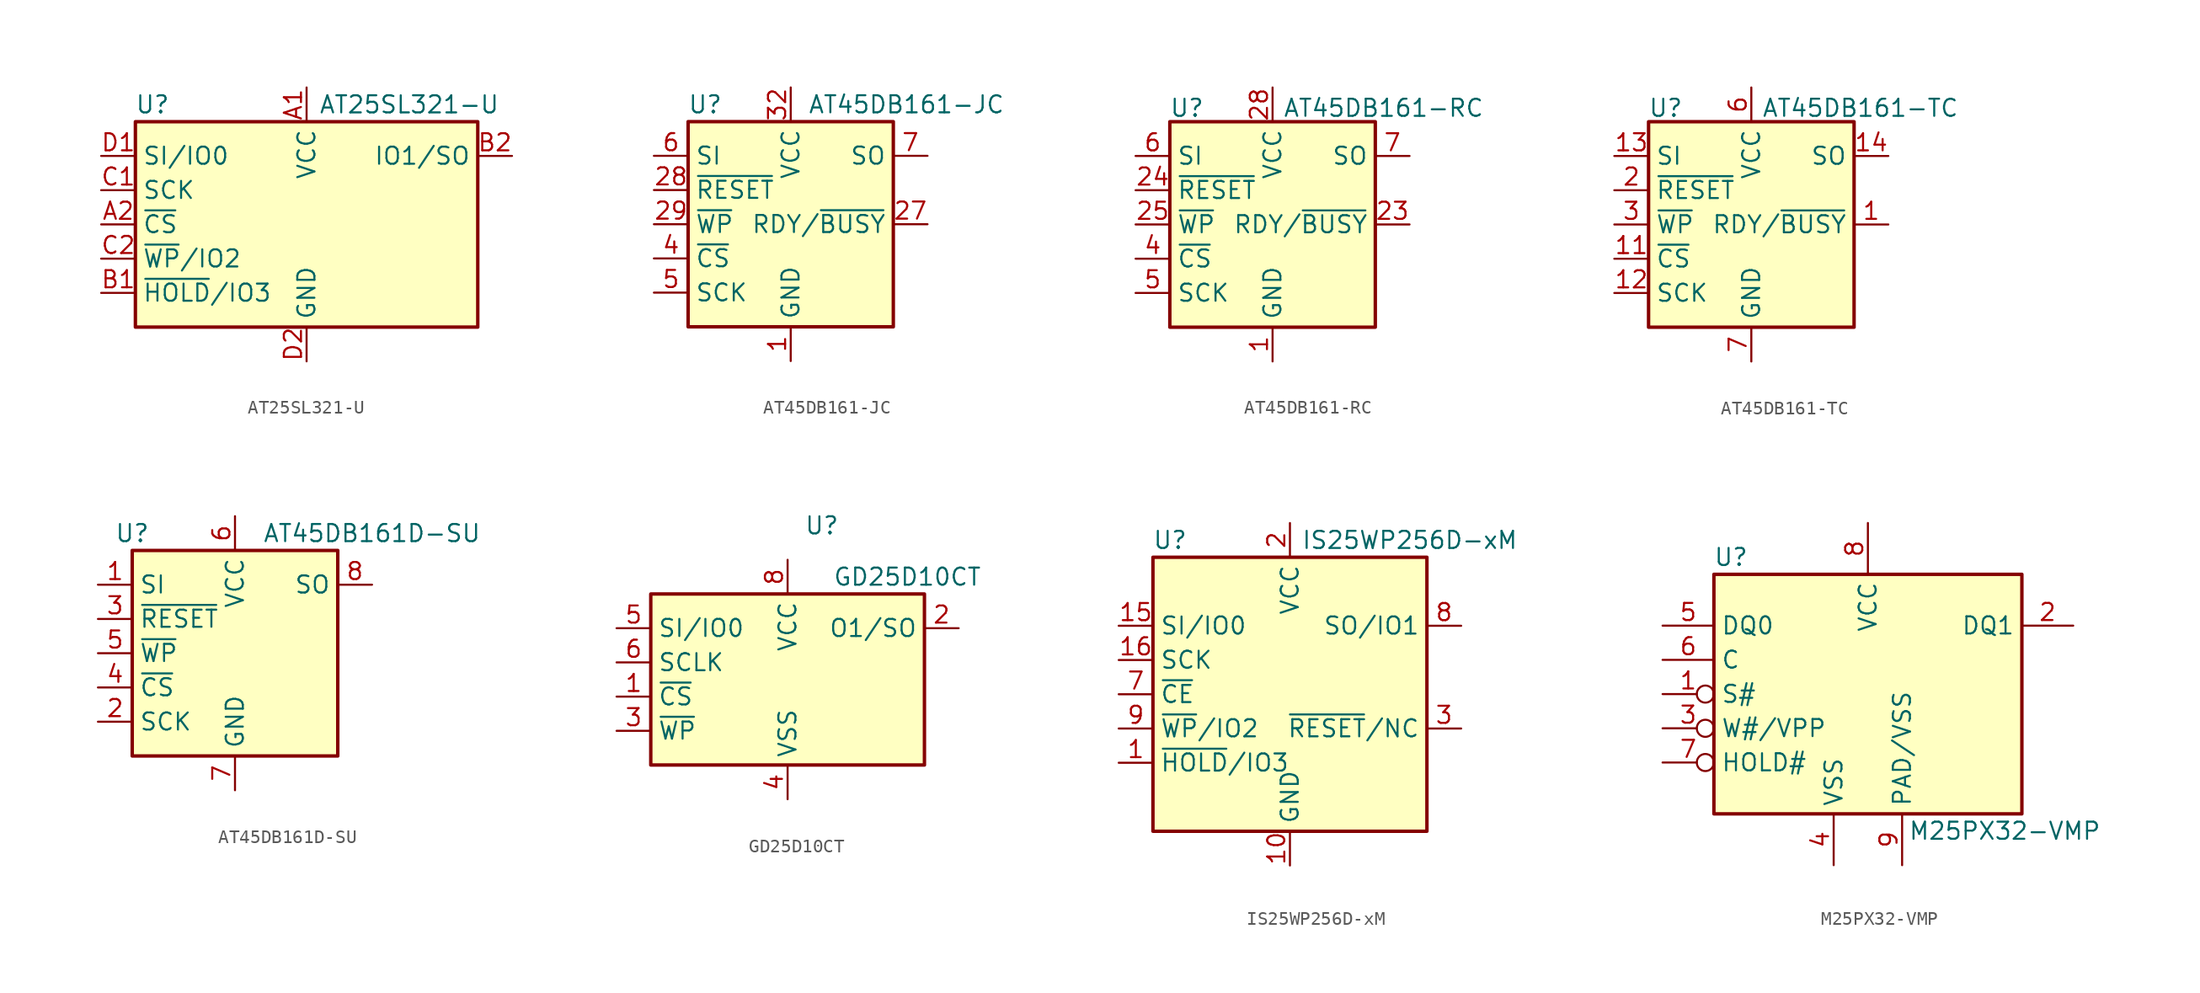
<source format=kicad_sym>
(kicad_symbol_lib
  (version 20201005)
  (generator kicad_symbol_editor)
  (symbol "Memory_Flash:AT25SL321-U"
    (property "Reference" "U"
      (at -11.43 8.89 0)
      (effects (font (size 1.27 1.27))))
    (property "Value" "AT25SL321-U"
      (at 7.62 8.89 0)
      (effects (font (size 1.27 1.27))))
    (symbol "AT25SL321-U_1_1"
      (rectangle (start -12.7 7.62) (end 12.7 -7.62) (stroke (width 0.254)) (fill (type background)))
      (pin power_in line (at 0 10.16 270) (length 2.54) (name "VCC" (effects (font (size 1.27 1.27)))) (number "A1" (effects (font (size 1.27 1.27)))))
      (pin input line (at -15.24 0 0) (length 2.54) (name "~CS" (effects (font (size 1.27 1.27)))) (number "A2" (effects (font (size 1.27 1.27)))))
      (pin bidirectional line (at -15.24 -5.08 0) (length 2.54) (name "~HOLD~/IO3" (effects (font (size 1.27 1.27)))) (number "B1" (effects (font (size 1.27 1.27)))))
      (pin bidirectional line (at 15.24 5.08 180) (length 2.54) (name "IO1/SO" (effects (font (size 1.27 1.27)))) (number "B2" (effects (font (size 1.27 1.27)))))
      (pin input line (at -15.24 2.54 0) (length 2.54) (name "SCK" (effects (font (size 1.27 1.27)))) (number "C1" (effects (font (size 1.27 1.27)))))
      (pin bidirectional line (at -15.24 -2.54 0) (length 2.54) (name "~WP~/IO2" (effects (font (size 1.27 1.27)))) (number "C2" (effects (font (size 1.27 1.27)))))
      (pin bidirectional line (at -15.24 5.08 0) (length 2.54) (name "SI/IO0" (effects (font (size 1.27 1.27)))) (number "D1" (effects (font (size 1.27 1.27)))))
      (pin power_in line (at 0 -10.16 90) (length 2.54) (name "GND" (effects (font (size 1.27 1.27)))) (number "D2" (effects (font (size 1.27 1.27)))))))
  (symbol "Memory_Flash:AT45DB161-JC"
    (property "Reference" "U"
      (at -6.35 8.89 0)
      (effects (font (size 1.27 1.27))))
    (property "Value" "AT45DB161-JC"
      (at 1.27 8.89 0)
      (effects (font (size 1.27 1.27)) (justify left)))
    (symbol "AT45DB161-JC_0_1"
      (rectangle (start -7.62 7.62) (end 7.62 -7.62) (stroke (width 0.254)) (fill (type background))))
    (symbol "AT45DB161-JC_1_1"
      (pin power_in line (at 0 -10.16 90) (length 2.54) (name "GND" (effects (font (size 1.27 1.27)))) (number "1" (effects (font (size 1.27 1.27)))))
      (pin output line (at 10.16 0 180) (length 2.54) (name "RDY/~BUSY" (effects (font (size 1.27 1.27)))) (number "27" (effects (font (size 1.27 1.27)))))
      (pin input line (at -10.16 2.54 0) (length 2.54) (name "~RESET" (effects (font (size 1.27 1.27)))) (number "28" (effects (font (size 1.27 1.27)))))
      (pin input line (at -10.16 0 0) (length 2.54) (name "~WP" (effects (font (size 1.27 1.27)))) (number "29" (effects (font (size 1.27 1.27)))))
      (pin power_in line (at 0 10.16 270) (length 2.54) (name "VCC" (effects (font (size 1.27 1.27)))) (number "32" (effects (font (size 1.27 1.27)))))
      (pin input line (at -10.16 -2.54 0) (length 2.54) (name "~CS" (effects (font (size 1.27 1.27)))) (number "4" (effects (font (size 1.27 1.27)))))
      (pin input line (at -10.16 -5.08 0) (length 2.54) (name "SCK" (effects (font (size 1.27 1.27)))) (number "5" (effects (font (size 1.27 1.27)))))
      (pin input line (at -10.16 5.08 0) (length 2.54) (name "SI" (effects (font (size 1.27 1.27)))) (number "6" (effects (font (size 1.27 1.27)))))
      (pin output line (at 10.16 5.08 180) (length 2.54) (name "SO" (effects (font (size 1.27 1.27)))) (number "7" (effects (font (size 1.27 1.27)))))))
  (symbol "Memory_Flash:AT45DB161-RC"
    (property "Reference" "U"
      (at -6.35 8.636 0)
      (effects (font (size 1.27 1.27))))
    (property "Value" "AT45DB161-RC"
      (at 0.762 8.636 0)
      (effects (font (size 1.27 1.27)) (justify left)))
    (symbol "AT45DB161-RC_0_1"
      (rectangle (start -7.62 7.62) (end 7.62 -7.62) (stroke (width 0.254)) (fill (type background))))
    (symbol "AT45DB161-RC_1_1"
      (pin power_in line (at 0 -10.16 90) (length 2.54) (name "GND" (effects (font (size 1.27 1.27)))) (number "1" (effects (font (size 1.27 1.27)))))
      (pin output line (at 10.16 0 180) (length 2.54) (name "RDY/~BUSY" (effects (font (size 1.27 1.27)))) (number "23" (effects (font (size 1.27 1.27)))))
      (pin input line (at -10.16 2.54 0) (length 2.54) (name "~RESET" (effects (font (size 1.27 1.27)))) (number "24" (effects (font (size 1.27 1.27)))))
      (pin input line (at -10.16 0 0) (length 2.54) (name "~WP" (effects (font (size 1.27 1.27)))) (number "25" (effects (font (size 1.27 1.27)))))
      (pin power_in line (at 0 10.16 270) (length 2.54) (name "VCC" (effects (font (size 1.27 1.27)))) (number "28" (effects (font (size 1.27 1.27)))))
      (pin input line (at -10.16 -2.54 0) (length 2.54) (name "~CS" (effects (font (size 1.27 1.27)))) (number "4" (effects (font (size 1.27 1.27)))))
      (pin input line (at -10.16 -5.08 0) (length 2.54) (name "SCK" (effects (font (size 1.27 1.27)))) (number "5" (effects (font (size 1.27 1.27)))))
      (pin input line (at -10.16 5.08 0) (length 2.54) (name "SI" (effects (font (size 1.27 1.27)))) (number "6" (effects (font (size 1.27 1.27)))))
      (pin output line (at 10.16 5.08 180) (length 2.54) (name "SO" (effects (font (size 1.27 1.27)))) (number "7" (effects (font (size 1.27 1.27)))))))
  (symbol "Memory_Flash:AT45DB161-TC"
    (property "Reference" "U"
      (at -6.35 8.636 0)
      (effects (font (size 1.27 1.27))))
    (property "Value" "AT45DB161-TC"
      (at 0.762 8.636 0)
      (effects (font (size 1.27 1.27)) (justify left)))
    (symbol "AT45DB161-TC_0_1"
      (rectangle (start -7.62 7.62) (end 7.62 -7.62) (stroke (width 0.254)) (fill (type background))))
    (symbol "AT45DB161-TC_1_1"
      (pin output line (at 10.16 0 180) (length 2.54) (name "RDY/~BUSY" (effects (font (size 1.27 1.27)))) (number "1" (effects (font (size 1.27 1.27)))))
      (pin input line (at -10.16 -2.54 0) (length 2.54) (name "~CS" (effects (font (size 1.27 1.27)))) (number "11" (effects (font (size 1.27 1.27)))))
      (pin input line (at -10.16 -5.08 0) (length 2.54) (name "SCK" (effects (font (size 1.27 1.27)))) (number "12" (effects (font (size 1.27 1.27)))))
      (pin input line (at -10.16 5.08 0) (length 2.54) (name "SI" (effects (font (size 1.27 1.27)))) (number "13" (effects (font (size 1.27 1.27)))))
      (pin output line (at 10.16 5.08 180) (length 2.54) (name "SO" (effects (font (size 1.27 1.27)))) (number "14" (effects (font (size 1.27 1.27)))))
      (pin input line (at -10.16 2.54 0) (length 2.54) (name "~RESET" (effects (font (size 1.27 1.27)))) (number "2" (effects (font (size 1.27 1.27)))))
      (pin input line (at -10.16 0 0) (length 2.54) (name "~WP" (effects (font (size 1.27 1.27)))) (number "3" (effects (font (size 1.27 1.27)))))
      (pin power_in line (at 0 10.16 270) (length 2.54) (name "VCC" (effects (font (size 1.27 1.27)))) (number "6" (effects (font (size 1.27 1.27)))))
      (pin power_in line (at 0 -10.16 90) (length 2.54) (name "GND" (effects (font (size 1.27 1.27)))) (number "7" (effects (font (size 1.27 1.27)))))))
  (symbol "Memory_Flash:AT45DB161D-SU"
    (property "Reference" "U"
      (at -7.62 8.89 0)
      (effects (font (size 1.27 1.27))))
    (property "Value" "AT45DB161D-SU"
      (at 10.16 8.89 0)
      (effects (font (size 1.27 1.27))))
    (symbol "AT45DB161D-SU_1_1"
      (rectangle (start -7.62 7.62) (end 7.62 -7.62) (stroke (width 0.254)) (fill (type background)))
      (pin input line (at -10.16 5.08 0) (length 2.54) (name "SI" (effects (font (size 1.27 1.27)))) (number "1" (effects (font (size 1.27 1.27)))))
      (pin input line (at -10.16 -5.08 0) (length 2.54) (name "SCK" (effects (font (size 1.27 1.27)))) (number "2" (effects (font (size 1.27 1.27)))))
      (pin bidirectional line (at -10.16 2.54 0) (length 2.54) (name "~RESET~" (effects (font (size 1.27 1.27)))) (number "3" (effects (font (size 1.27 1.27)))))
      (pin input line (at -10.16 -2.54 0) (length 2.54) (name "~CS" (effects (font (size 1.27 1.27)))) (number "4" (effects (font (size 1.27 1.27)))))
      (pin input line (at -10.16 0 0) (length 2.54) (name "~WP" (effects (font (size 1.27 1.27)))) (number "5" (effects (font (size 1.27 1.27)))))
      (pin power_in line (at 0 10.16 270) (length 2.54) (name "VCC" (effects (font (size 1.27 1.27)))) (number "6" (effects (font (size 1.27 1.27)))))
      (pin power_in line (at 0 -10.16 90) (length 2.54) (name "GND" (effects (font (size 1.27 1.27)))) (number "7" (effects (font (size 1.27 1.27)))))
      (pin output line (at 10.16 5.08 180) (length 2.54) (name "SO" (effects (font (size 1.27 1.27)))) (number "8" (effects (font (size 1.27 1.27)))))))
  (symbol "Memory_Flash:GD25D10CT"
    (property "Reference" "U"
      (at 2.54 12.7 0)
      (effects (font (size 1.27 1.27))))
    (property "Value" "GD25D10CT"
      (at 8.89 8.89 0)
      (effects (font (size 1.27 1.27))))
    (symbol "GD25D10CT_1_1"
      (rectangle (start -10.16 7.62) (end 10.16 -5.08) (stroke (width 0.254)) (fill (type background)))
      (pin input line (at -12.7 0 0) (length 2.54) (name "~CS" (effects (font (size 1.27 1.27)))) (number "1" (effects (font (size 1.27 1.27)))))
      (pin output line (at 12.7 5.08 180) (length 2.54) (name "O1/SO" (effects (font (size 1.27 1.27)))) (number "2" (effects (font (size 1.27 1.27)))))
      (pin input line (at -12.7 -2.54 0) (length 2.54) (name "~WP~" (effects (font (size 1.27 1.27)))) (number "3" (effects (font (size 1.27 1.27)))))
      (pin power_in line (at 0 -7.62 90) (length 2.54) (name "VSS" (effects (font (size 1.27 1.27)))) (number "4" (effects (font (size 1.27 1.27)))))
      (pin bidirectional line (at -12.7 5.08 0) (length 2.54) (name "SI/IO0" (effects (font (size 1.27 1.27)))) (number "5" (effects (font (size 1.27 1.27)))))
      (pin input line (at -12.7 2.54 0) (length 2.54) (name "SCLK" (effects (font (size 1.27 1.27)))) (number "6" (effects (font (size 1.27 1.27)))))
      (pin no_connect line (at 10.16 -2.54 180) (length 2.54) hide (name "NC" (effects (font (size 1.27 1.27)))) (number "7" (effects (font (size 1.27 1.27)))))
      (pin power_in line (at 0 10.16 270) (length 2.54) (name "VCC" (effects (font (size 1.27 1.27)))) (number "8" (effects (font (size 1.27 1.27)))))))
  (symbol "Memory_Flash:IS25WP256D-xM"
    (property "Reference" "U"
      (at -8.89 11.43 0)
      (effects (font (size 1.27 1.27))))
    (property "Value" "IS25WP256D-xM"
      (at 8.89 11.43 0)
      (effects (font (size 1.27 1.27))))
    (symbol "IS25WP256D-xM_0_1"
      (rectangle (start 10.16 -10.16) (end -10.16 10.16) (stroke (width 0.254)) (fill (type background)))
      (pin bidirectional line (at -12.7 -5.08 0) (length 2.54) (name "~HOLD~/IO3" (effects (font (size 1.27 1.27)))) (number "1" (effects (font (size 1.27 1.27)))))
      (pin power_in line (at 0 -12.7 90) (length 2.54) (name "GND" (effects (font (size 1.27 1.27)))) (number "10" (effects (font (size 1.27 1.27)))))
      (pin no_connect line (at 10.16 0 180) (length 2.54) hide (name "NC" (effects (font (size 1.27 1.27)))) (number "11" (effects (font (size 1.27 1.27)))))
      (pin no_connect line (at 10.16 -5.08 180) (length 2.54) hide (name "NC" (effects (font (size 1.27 1.27)))) (number "12" (effects (font (size 1.27 1.27)))))
      (pin no_connect line (at 10.16 7.62 180) (length 2.54) hide (name "NC" (effects (font (size 1.27 1.27)))) (number "13" (effects (font (size 1.27 1.27)))))
      (pin no_connect line (at 10.16 -7.62 180) (length 2.54) hide (name "NC" (effects (font (size 1.27 1.27)))) (number "14" (effects (font (size 1.27 1.27)))))
      (pin bidirectional line (at -12.7 5.08 0) (length 2.54) (name "SI/IO0" (effects (font (size 1.27 1.27)))) (number "15" (effects (font (size 1.27 1.27)))))
      (pin input line (at -12.7 2.54 0) (length 2.54) (name "SCK" (effects (font (size 1.27 1.27)))) (number "16" (effects (font (size 1.27 1.27)))))
      (pin power_in line (at 0 12.7 270) (length 2.54) (name "VCC" (effects (font (size 1.27 1.27)))) (number "2" (effects (font (size 1.27 1.27)))))
      (pin input line (at 12.7 -2.54 180) (length 2.54) (name "~RESET~/NC" (effects (font (size 1.27 1.27)))) (number "3" (effects (font (size 1.27 1.27)))))
      (pin no_connect line (at -10.16 7.62 0) (length 2.54) hide (name "NC" (effects (font (size 1.27 1.27)))) (number "4" (effects (font (size 1.27 1.27)))))
      (pin no_connect line (at -10.16 -7.62 0) (length 2.54) hide (name "NC" (effects (font (size 1.27 1.27)))) (number "5" (effects (font (size 1.27 1.27)))))
      (pin no_connect line (at 10.16 2.54 180) (length 2.54) hide (name "NC" (effects (font (size 1.27 1.27)))) (number "6" (effects (font (size 1.27 1.27)))))
      (pin input line (at -12.7 0 0) (length 2.54) (name "~CE" (effects (font (size 1.27 1.27)))) (number "7" (effects (font (size 1.27 1.27)))))
      (pin bidirectional line (at 12.7 5.08 180) (length 2.54) (name "SO/IO1" (effects (font (size 1.27 1.27)))) (number "8" (effects (font (size 1.27 1.27)))))
      (pin bidirectional line (at -12.7 -2.54 0) (length 2.54) (name "~WP~/IO2" (effects (font (size 1.27 1.27)))) (number "9" (effects (font (size 1.27 1.27)))))))
  (symbol "Memory_Flash:M25PX32-VMP"
    (property "Reference" "U"
      (at -10.16 10.16 0)
      (effects (font (size 1.27 1.27))))
    (property "Value" "M25PX32-VMP"
      (at 10.16 -10.16 0)
      (effects (font (size 1.27 1.27))))
    (symbol "M25PX32-VMP_0_1"
      (rectangle (start -11.43 8.89) (end 11.43 -8.89) (stroke (width 0.254)) (fill (type background))))
    (symbol "M25PX32-VMP_1_1"
      (pin input inverted (at -15.24 0 0) (length 3.81) (name "S#" (effects (font (size 1.27 1.27)))) (number "1" (effects (font (size 1.27 1.27)))))
      (pin bidirectional line (at 15.24 5.08 180) (length 3.81) (name "DQ1" (effects (font (size 1.27 1.27)))) (number "2" (effects (font (size 1.27 1.27)))))
      (pin input inverted (at -15.24 -2.54 0) (length 3.81) (name "W#/VPP" (effects (font (size 1.27 1.27)))) (number "3" (effects (font (size 1.27 1.27)))))
      (pin power_in line (at -2.54 -12.7 90) (length 3.81) (name "VSS" (effects (font (size 1.27 1.27)))) (number "4" (effects (font (size 1.27 1.27)))))
      (pin bidirectional line (at -15.24 5.08 0) (length 3.81) (name "DQ0" (effects (font (size 1.27 1.27)))) (number "5" (effects (font (size 1.27 1.27)))))
      (pin input line (at -15.24 2.54 0) (length 3.81) (name "C" (effects (font (size 1.27 1.27)))) (number "6" (effects (font (size 1.27 1.27)))))
      (pin input inverted (at -15.24 -5.08 0) (length 3.81) (name "HOLD#" (effects (font (size 1.27 1.27)))) (number "7" (effects (font (size 1.27 1.27)))))
      (pin power_in line (at 0 12.7 270) (length 3.81) (name "VCC" (effects (font (size 1.27 1.27)))) (number "8" (effects (font (size 1.27 1.27)))))
      (pin power_in line (at 2.54 -12.7 90) (length 3.81) (name "PAD/VSS" (effects (font (size 1.27 1.27)))) (number "9" (effects (font (size 1.27 1.27))))))))
</source>
